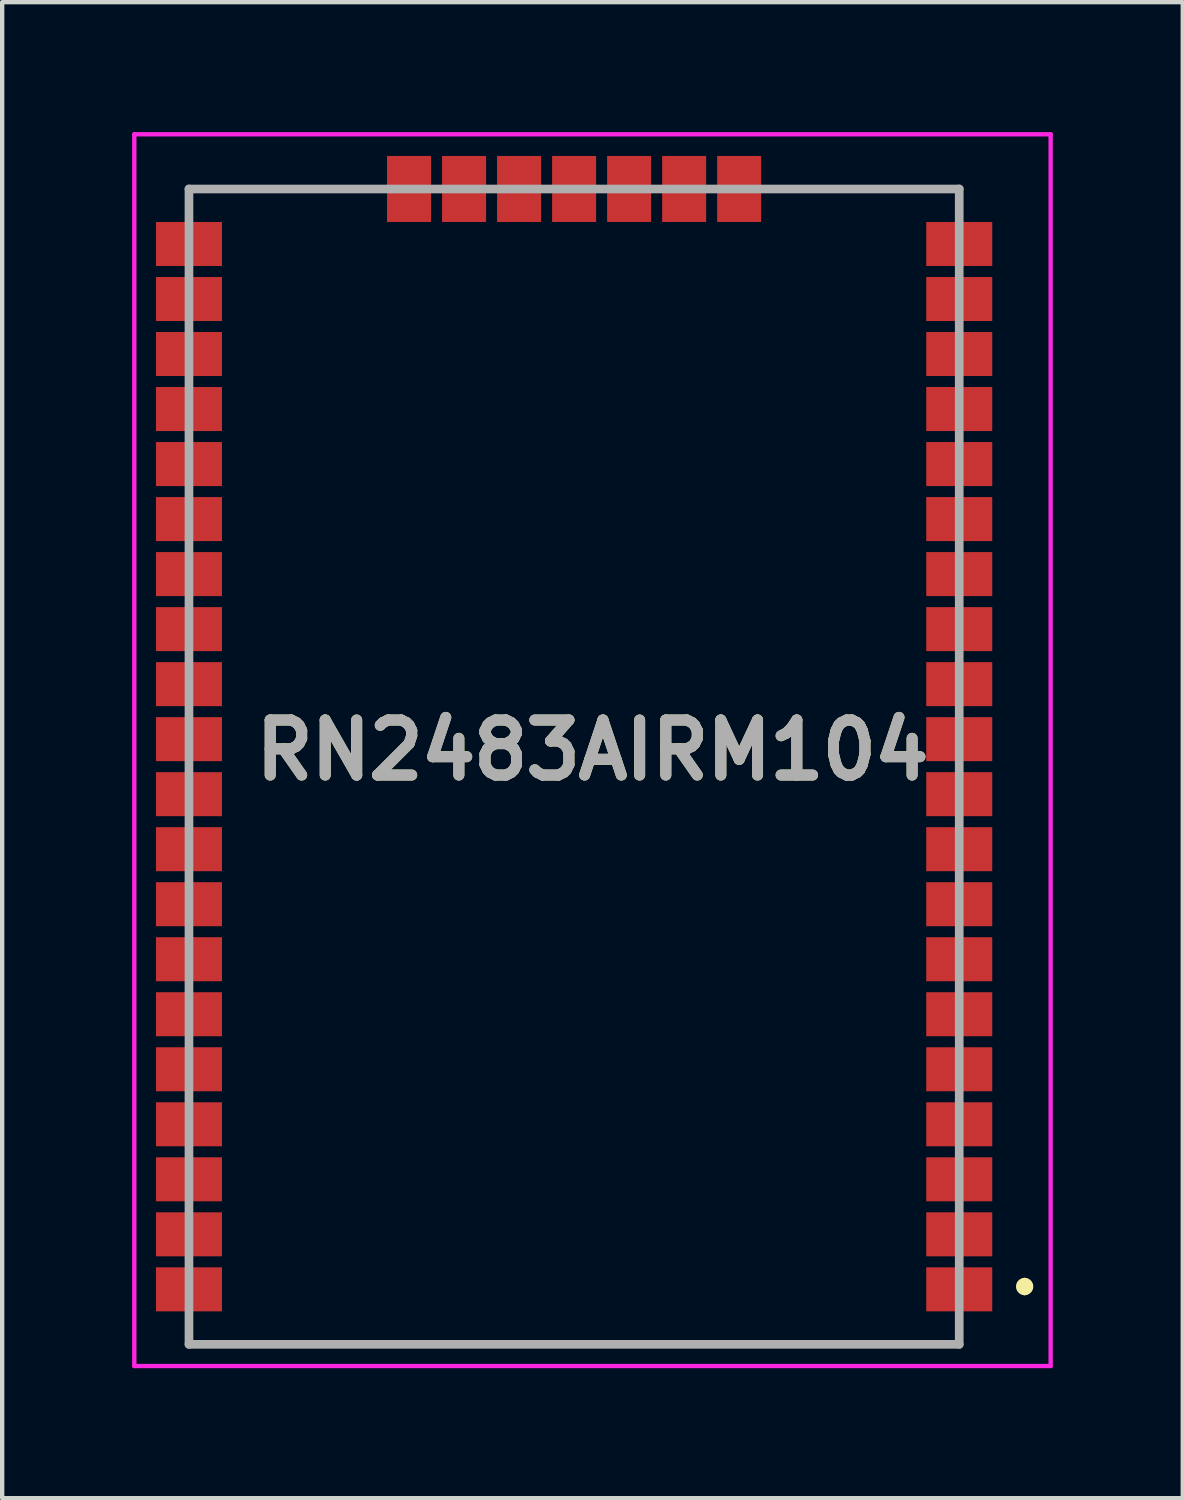
<source format=kicad_pcb>
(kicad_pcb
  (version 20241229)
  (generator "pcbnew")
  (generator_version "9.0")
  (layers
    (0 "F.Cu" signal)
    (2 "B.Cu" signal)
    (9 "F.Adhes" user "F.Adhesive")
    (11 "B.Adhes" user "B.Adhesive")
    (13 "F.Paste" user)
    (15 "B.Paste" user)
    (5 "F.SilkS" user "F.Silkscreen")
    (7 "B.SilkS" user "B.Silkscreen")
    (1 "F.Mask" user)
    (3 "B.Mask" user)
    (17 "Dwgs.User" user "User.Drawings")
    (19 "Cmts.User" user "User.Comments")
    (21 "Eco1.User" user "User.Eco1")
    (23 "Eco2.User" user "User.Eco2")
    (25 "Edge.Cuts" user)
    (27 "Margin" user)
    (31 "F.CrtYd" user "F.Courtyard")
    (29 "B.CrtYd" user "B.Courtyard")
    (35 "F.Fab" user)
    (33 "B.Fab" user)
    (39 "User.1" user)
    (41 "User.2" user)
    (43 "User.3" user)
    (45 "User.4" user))
  (footprint "RN2483AIRM104"
    (layer "F.Cu")
    (at 10.202 14.647)
    (property "Reference" "RN2483AIRM104" (at 0.424 -0.381 0) (layer "F.SilkS") (effects (font (size 1.27 1.27) (thickness 0.254))))
    (attr smd)
    (fp_line (start -8.89 -13.335) (end -8.89 -13) (stroke (width 0.1) (type solid)) (layer "F.SilkS"))
    (fp_line (start -8.89 13) (end -8.89 13.335) (stroke (width 0.1) (type solid)) (layer "F.SilkS"))
    (fp_line (start -8.89 13.335) (end 8.89 13.335) (stroke (width 0.1) (type solid)) (layer "F.SilkS"))
    (fp_line (start -5 -13.335) (end -8.89 -13.335) (stroke (width 0.1) (type solid)) (layer "F.SilkS"))
    (fp_line (start 5 -13.335) (end 8.89 -13.335) (stroke (width 0.1) (type solid)) (layer "F.SilkS"))
    (fp_line (start 8.89 -13.335) (end 8.89 -13) (stroke (width 0.1) (type solid)) (layer "F.SilkS"))
    (fp_line (start 8.89 13.335) (end 8.89 13) (stroke (width 0.1) (type solid)) (layer "F.SilkS"))
    (fp_line (start 10.4 11.9) (end 10.4 11.9) (stroke (width 0.2) (type solid)) (layer "F.SilkS"))
    (fp_line (start 10.4 12.1) (end 10.4 12.1) (stroke (width 0.2) (type solid)) (layer "F.SilkS"))
    (fp_arc (start 10.4 11.9) (mid 10.5 12) (end 10.4 12.1) (stroke (width 0.2) (type solid)) (layer "F.SilkS"))
    (fp_arc (start 10.4 12.1) (mid 10.3 12) (end 10.4 11.9) (stroke (width 0.2) (type solid)) (layer "F.SilkS"))
    (fp_line (start -10.152 -14.597) (end 11 -14.597) (stroke (width 0.1) (type solid)) (layer "F.CrtYd"))
    (fp_line (start -10.152 13.835) (end -10.152 -14.597) (stroke (width 0.1) (type solid)) (layer "F.CrtYd"))
    (fp_line (start 11 -14.597) (end 11 13.835) (stroke (width 0.1) (type solid)) (layer "F.CrtYd"))
    (fp_line (start 11 13.835) (end -10.152 13.835) (stroke (width 0.1) (type solid)) (layer "F.CrtYd"))
    (fp_line (start -8.89 -13.335) (end 8.89 -13.335) (stroke (width 0.2) (type solid)) (layer "F.Fab"))
    (fp_line (start -8.89 13.335) (end -8.89 -13.335) (stroke (width 0.2) (type solid)) (layer "F.Fab"))
    (fp_line (start 8.89 -13.335) (end 8.89 13.335) (stroke (width 0.2) (type solid)) (layer "F.Fab"))
    (fp_line (start 8.89 13.335) (end -8.89 13.335) (stroke (width 0.2) (type solid)) (layer "F.Fab"))
    (fp_text user "${REFERENCE}" (at 0.424 -0.381 0) (layer "F.Fab") (effects (font (size 1.27 1.27) (thickness 0.254))))
    (pad "1" smd rect (at 8.89 12.065 90) (size 1.016 1.524) (layers "F.Cu" "F.Mask" "F.Paste"))
    (pad "2" smd rect (at 8.89 10.795 90) (size 1.016 1.524) (layers "F.Cu" "F.Mask" "F.Paste"))
    (pad "3" smd rect (at 8.89 9.525 90) (size 1.016 1.524) (layers "F.Cu" "F.Mask" "F.Paste"))
    (pad "4" smd rect (at 8.89 8.255 90) (size 1.016 1.524) (layers "F.Cu" "F.Mask" "F.Paste"))
    (pad "5" smd rect (at 8.89 6.985 90) (size 1.016 1.524) (layers "F.Cu" "F.Mask" "F.Paste"))
    (pad "6" smd rect (at 8.89 5.715 90) (size 1.016 1.524) (layers "F.Cu" "F.Mask" "F.Paste"))
    (pad "7" smd rect (at 8.89 4.445 90) (size 1.016 1.524) (layers "F.Cu" "F.Mask" "F.Paste"))
    (pad "8" smd rect (at 8.89 3.175 90) (size 1.016 1.524) (layers "F.Cu" "F.Mask" "F.Paste"))
    (pad "9" smd rect (at 8.89 1.905 90) (size 1.016 1.524) (layers "F.Cu" "F.Mask" "F.Paste"))
    (pad "10" smd rect (at 8.89 0.635 90) (size 1.016 1.524) (layers "F.Cu" "F.Mask" "F.Paste"))
    (pad "11" smd rect (at 8.89 -0.635 90) (size 1.016 1.524) (layers "F.Cu" "F.Mask" "F.Paste"))
    (pad "12" smd rect (at 8.89 -1.905 90) (size 1.016 1.524) (layers "F.Cu" "F.Mask" "F.Paste"))
    (pad "13" smd rect (at 8.89 -3.175 90) (size 1.016 1.524) (layers "F.Cu" "F.Mask" "F.Paste"))
    (pad "14" smd rect (at 8.89 -4.445 90) (size 1.016 1.524) (layers "F.Cu" "F.Mask" "F.Paste"))
    (pad "15" smd rect (at 8.89 -5.715 90) (size 1.016 1.524) (layers "F.Cu" "F.Mask" "F.Paste"))
    (pad "16" smd rect (at 8.89 -6.985 90) (size 1.016 1.524) (layers "F.Cu" "F.Mask" "F.Paste"))
    (pad "17" smd rect (at 8.89 -8.255 90) (size 1.016 1.524) (layers "F.Cu" "F.Mask" "F.Paste"))
    (pad "18" smd rect (at 8.89 -9.525 90) (size 1.016 1.524) (layers "F.Cu" "F.Mask" "F.Paste"))
    (pad "19" smd rect (at 8.89 -10.795 90) (size 1.016 1.524) (layers "F.Cu" "F.Mask" "F.Paste"))
    (pad "20" smd rect (at 8.89 -12.065 90) (size 1.016 1.524) (layers "F.Cu" "F.Mask" "F.Paste"))
    (pad "21" smd rect (at 3.81 -13.335) (size 1.016 1.524) (layers "F.Cu" "F.Mask" "F.Paste"))
    (pad "22" smd rect (at 2.54 -13.335) (size 1.016 1.524) (layers "F.Cu" "F.Mask" "F.Paste"))
    (pad "23" smd rect (at 1.27 -13.335) (size 1.016 1.524) (layers "F.Cu" "F.Mask" "F.Paste"))
    (pad "24" smd rect (at 0 -13.335) (size 1.016 1.524) (layers "F.Cu" "F.Mask" "F.Paste"))
    (pad "25" smd rect (at -1.27 -13.335) (size 1.016 1.524) (layers "F.Cu" "F.Mask" "F.Paste"))
    (pad "26" smd rect (at -2.54 -13.335) (size 1.016 1.524) (layers "F.Cu" "F.Mask" "F.Paste"))
    (pad "27" smd rect (at -3.81 -13.335) (size 1.016 1.524) (layers "F.Cu" "F.Mask" "F.Paste"))
    (pad "28" smd rect (at -8.89 -12.065 90) (size 1.016 1.524) (layers "F.Cu" "F.Mask" "F.Paste"))
    (pad "29" smd rect (at -8.89 -10.795 90) (size 1.016 1.524) (layers "F.Cu" "F.Mask" "F.Paste"))
    (pad "30" smd rect (at -8.89 -9.525 90) (size 1.016 1.524) (layers "F.Cu" "F.Mask" "F.Paste"))
    (pad "31" smd rect (at -8.89 -8.255 90) (size 1.016 1.524) (layers "F.Cu" "F.Mask" "F.Paste"))
    (pad "32" smd rect (at -8.89 -6.985 90) (size 1.016 1.524) (layers "F.Cu" "F.Mask" "F.Paste"))
    (pad "33" smd rect (at -8.89 -5.715 90) (size 1.016 1.524) (layers "F.Cu" "F.Mask" "F.Paste"))
    (pad "34" smd rect (at -8.89 -4.445 90) (size 1.016 1.524) (layers "F.Cu" "F.Mask" "F.Paste"))
    (pad "35" smd rect (at -8.89 -3.175 90) (size 1.016 1.524) (layers "F.Cu" "F.Mask" "F.Paste"))
    (pad "36" smd rect (at -8.89 -1.905 90) (size 1.016 1.524) (layers "F.Cu" "F.Mask" "F.Paste"))
    (pad "37" smd rect (at -8.89 -0.635 90) (size 1.016 1.524) (layers "F.Cu" "F.Mask" "F.Paste"))
    (pad "38" smd rect (at -8.89 0.635 90) (size 1.016 1.524) (layers "F.Cu" "F.Mask" "F.Paste"))
    (pad "39" smd rect (at -8.89 1.905 90) (size 1.016 1.524) (layers "F.Cu" "F.Mask" "F.Paste"))
    (pad "40" smd rect (at -8.89 3.175 90) (size 1.016 1.524) (layers "F.Cu" "F.Mask" "F.Paste"))
    (pad "41" smd rect (at -8.89 4.445 90) (size 1.016 1.524) (layers "F.Cu" "F.Mask" "F.Paste"))
    (pad "42" smd rect (at -8.89 5.715 90) (size 1.016 1.524) (layers "F.Cu" "F.Mask" "F.Paste"))
    (pad "43" smd rect (at -8.89 6.985 90) (size 1.016 1.524) (layers "F.Cu" "F.Mask" "F.Paste"))
    (pad "44" smd rect (at -8.89 8.255 90) (size 1.016 1.524) (layers "F.Cu" "F.Mask" "F.Paste"))
    (pad "45" smd rect (at -8.89 9.525 90) (size 1.016 1.524) (layers "F.Cu" "F.Mask" "F.Paste"))
    (pad "46" smd rect (at -8.89 10.795 90) (size 1.016 1.524) (layers "F.Cu" "F.Mask" "F.Paste"))
    (pad "47" smd rect (at -8.89 12.065 90) (size 1.016 1.524) (layers "F.Cu" "F.Mask" "F.Paste")))
  (gr_rect
    (start -3 -3)
    (end 24.252 31.532)
    (stroke (width 0.1) (type default))
    (fill no)
    (layer "Edge.Cuts")))
</source>
